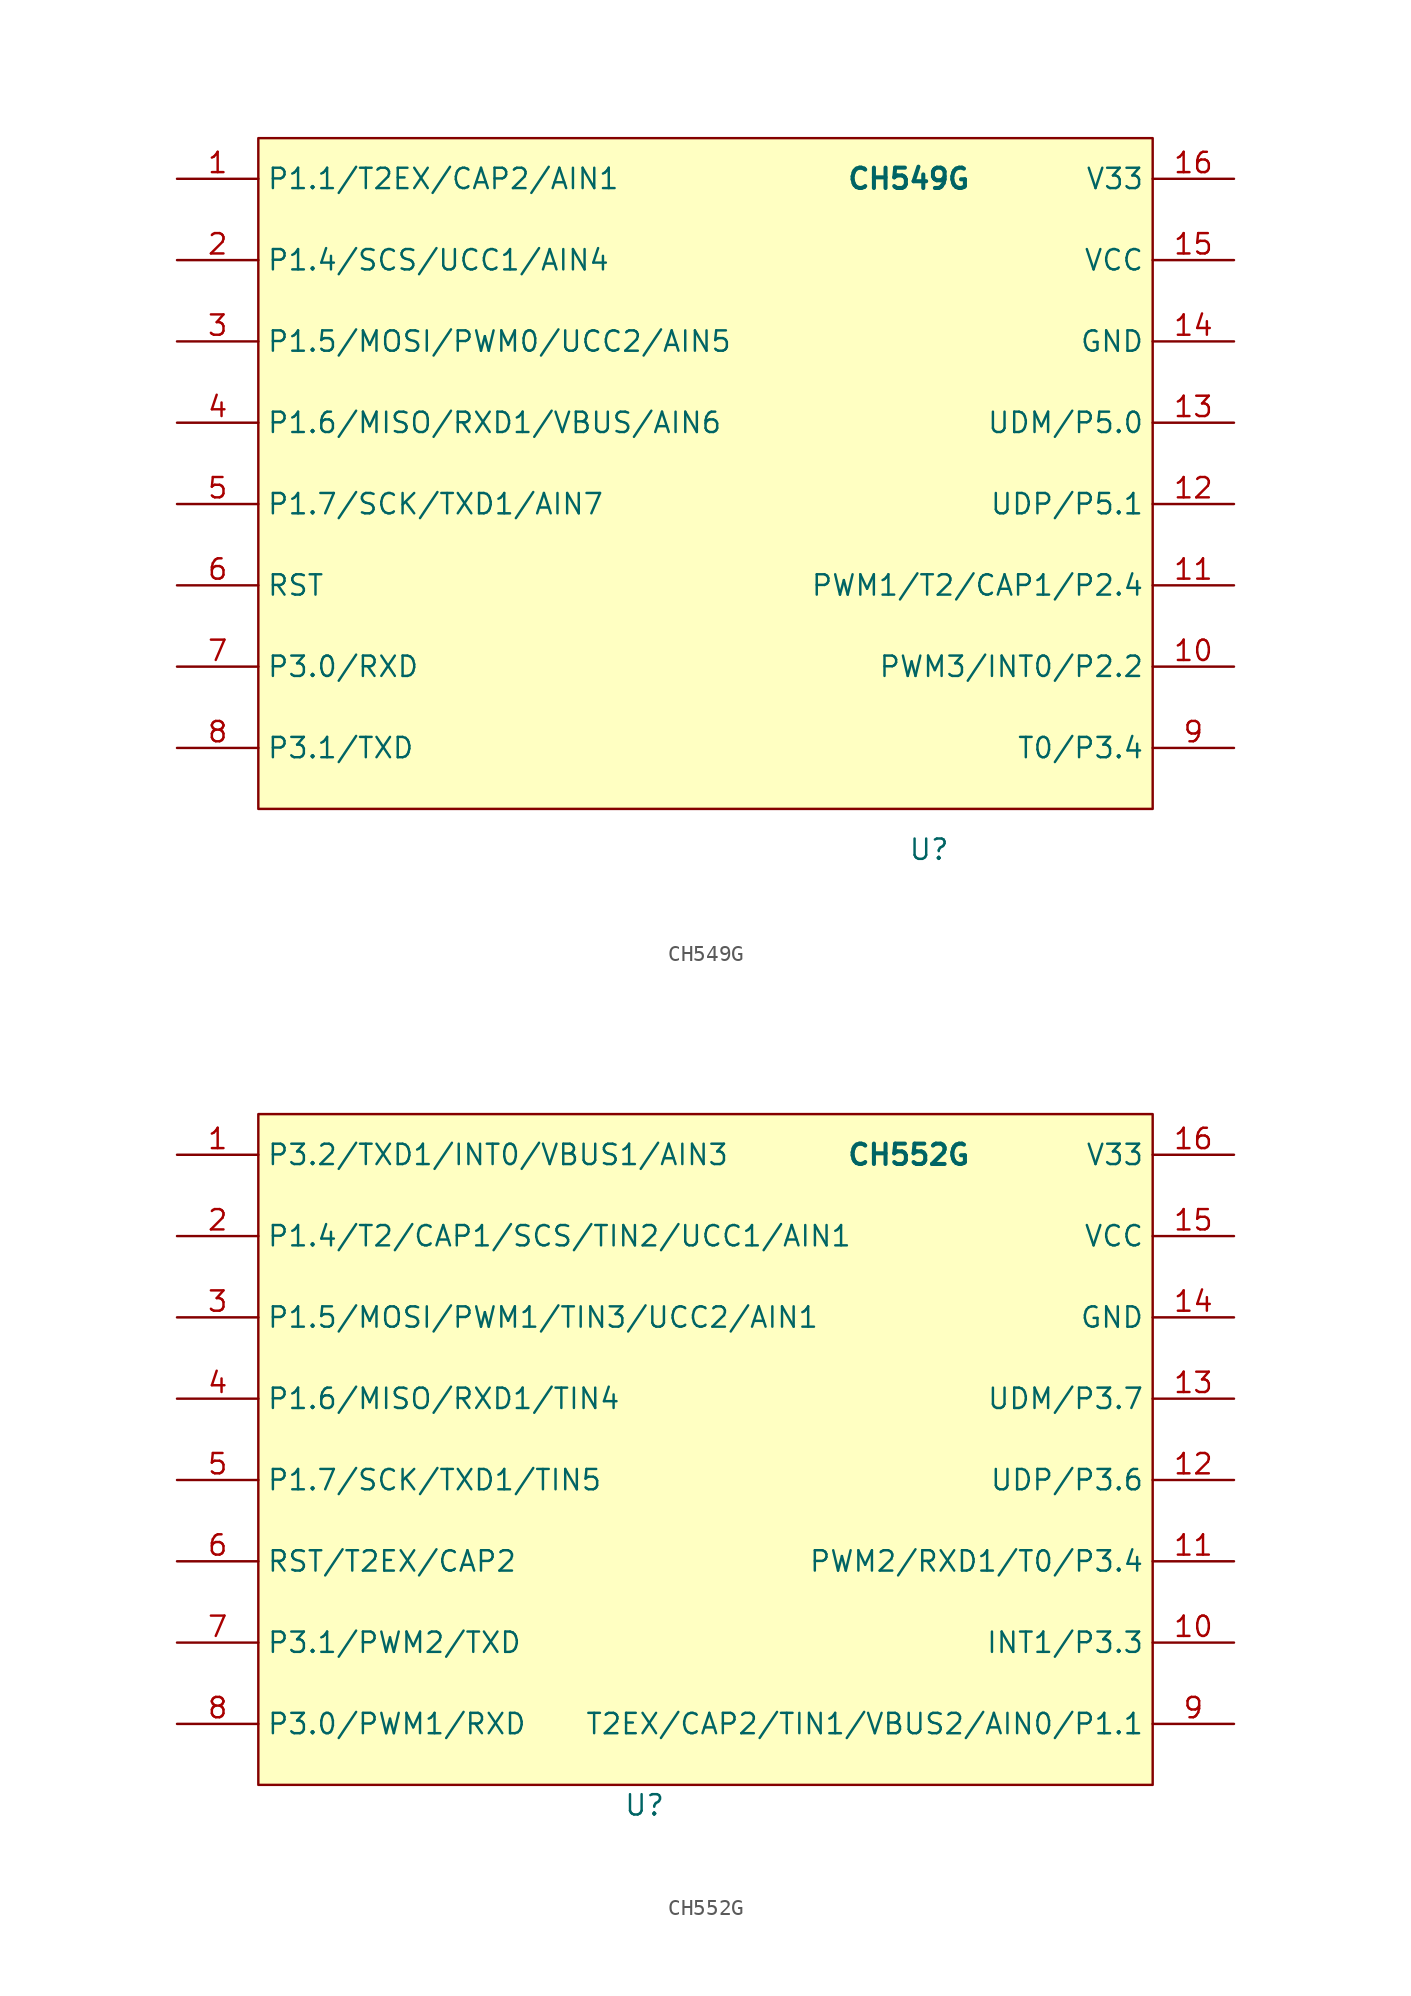
<source format=kicad_sym>
(kicad_symbol_lib
  (version 20211014)
  (generator kicad_symbol_editor)
  (symbol "CH549G"
    (property "Reference" "U"
      (at 13.97 -24.13 0)
      (effects (font (size 1.27 1.27))))
    (property "Value" "CH549G"
      (at 12.7 17.78 0)
      (effects (font (size 1.27 1.27) bold)))
    (symbol "CH549G_0_1"
      (rectangle (start -27.94 20.32) (end 27.94 -21.59) (stroke (width 0.152) (type default) (color 0 0 0 0)) (fill (type background))))
    (symbol "CH549G_1_1"
      (pin input line (at -33.02 17.78 0) (length 5.08) (name "P1.1/T2EX/CAP2/AIN1" (effects (font (size 1.27 1.27)))) (number "1" (effects (font (size 1.27 1.27)))))
      (pin input line (at 33.02 -12.7 180) (length 5.08) (name "PWM3/INT0/P2.2" (effects (font (size 1.27 1.27)))) (number "10" (effects (font (size 1.27 1.27)))))
      (pin input line (at 33.02 -7.62 180) (length 5.08) (name "PWM1/T2/CAP1/P2.4" (effects (font (size 1.27 1.27)))) (number "11" (effects (font (size 1.27 1.27)))))
      (pin input line (at 33.02 -2.54 180) (length 5.08) (name "UDP/P5.1" (effects (font (size 1.27 1.27)))) (number "12" (effects (font (size 1.27 1.27)))))
      (pin input line (at 33.02 2.54 180) (length 5.08) (name "UDM/P5.0" (effects (font (size 1.27 1.27)))) (number "13" (effects (font (size 1.27 1.27)))))
      (pin input line (at 33.02 7.62 180) (length 5.08) (name "GND" (effects (font (size 1.27 1.27)))) (number "14" (effects (font (size 1.27 1.27)))))
      (pin input line (at 33.02 12.7 180) (length 5.08) (name "VCC" (effects (font (size 1.27 1.27)))) (number "15" (effects (font (size 1.27 1.27)))))
      (pin input line (at 33.02 17.78 180) (length 5.08) (name "V33" (effects (font (size 1.27 1.27)))) (number "16" (effects (font (size 1.27 1.27)))))
      (pin input line (at -33.02 12.7 0) (length 5.08) (name "P1.4/SCS/UCC1/AIN4" (effects (font (size 1.27 1.27)))) (number "2" (effects (font (size 1.27 1.27)))))
      (pin input line (at -33.02 7.62 0) (length 5.08) (name "P1.5/MOSI/PWM0/UCC2/AIN5" (effects (font (size 1.27 1.27)))) (number "3" (effects (font (size 1.27 1.27)))))
      (pin input line (at -33.02 2.54 0) (length 5.08) (name "P1.6/MISO/RXD1/VBUS/AIN6" (effects (font (size 1.27 1.27)))) (number "4" (effects (font (size 1.27 1.27)))))
      (pin input line (at -33.02 -2.54 0) (length 5.08) (name "P1.7/SCK/TXD1/AIN7" (effects (font (size 1.27 1.27)))) (number "5" (effects (font (size 1.27 1.27)))))
      (pin input line (at -33.02 -7.62 0) (length 5.08) (name "RST" (effects (font (size 1.27 1.27)))) (number "6" (effects (font (size 1.27 1.27)))))
      (pin input line (at -33.02 -12.7 0) (length 5.08) (name "P3.0/RXD" (effects (font (size 1.27 1.27)))) (number "7" (effects (font (size 1.27 1.27)))))
      (pin input line (at -33.02 -17.78 0) (length 5.08) (name "P3.1/TXD" (effects (font (size 1.27 1.27)))) (number "8" (effects (font (size 1.27 1.27)))))
      (pin input line (at 33.02 -17.78 180) (length 5.08) (name "T0/P3.4" (effects (font (size 1.27 1.27)))) (number "9" (effects (font (size 1.27 1.27)))))))
  (symbol "CH552G"
    (property "Reference" "U"
      (at -1.27 -26.67 0)
      (effects (font (size 1.27 1.27))))
    (property "Value" "CH552G"
      (at 15.24 13.97 0)
      (effects (font (size 1.27 1.27) bold)))
    (symbol "CH552G_0_1"
      (rectangle (start -25.4 16.51) (end 30.48 -25.4) (stroke (width 0.152) (type default) (color 0 0 0 0)) (fill (type background))))
    (symbol "CH552G_1_1"
      (pin input line (at -30.48 13.97 0) (length 5.08) (name "P3.2/TXD1/INT0/VBUS1/AIN3" (effects (font (size 1.27 1.27)))) (number "1" (effects (font (size 1.27 1.27)))))
      (pin input line (at 35.56 -16.51 180) (length 5.08) (name "INT1/P3.3" (effects (font (size 1.27 1.27)))) (number "10" (effects (font (size 1.27 1.27)))))
      (pin input line (at 35.56 -11.43 180) (length 5.08) (name "PWM2/RXD1/T0/P3.4" (effects (font (size 1.27 1.27)))) (number "11" (effects (font (size 1.27 1.27)))))
      (pin input line (at 35.56 -6.35 180) (length 5.08) (name "UDP/P3.6" (effects (font (size 1.27 1.27)))) (number "12" (effects (font (size 1.27 1.27)))))
      (pin input line (at 35.56 -1.27 180) (length 5.08) (name "UDM/P3.7" (effects (font (size 1.27 1.27)))) (number "13" (effects (font (size 1.27 1.27)))))
      (pin input line (at 35.56 3.81 180) (length 5.08) (name "GND" (effects (font (size 1.27 1.27)))) (number "14" (effects (font (size 1.27 1.27)))))
      (pin input line (at 35.56 8.89 180) (length 5.08) (name "VCC" (effects (font (size 1.27 1.27)))) (number "15" (effects (font (size 1.27 1.27)))))
      (pin input line (at 35.56 13.97 180) (length 5.08) (name "V33" (effects (font (size 1.27 1.27)))) (number "16" (effects (font (size 1.27 1.27)))))
      (pin input line (at -30.48 8.89 0) (length 5.08) (name "P1.4/T2/CAP1/SCS/TIN2/UCC1/AIN1" (effects (font (size 1.27 1.27)))) (number "2" (effects (font (size 1.27 1.27)))))
      (pin input line (at -30.48 3.81 0) (length 5.08) (name "P1.5/MOSI/PWM1/TIN3/UCC2/AIN1" (effects (font (size 1.27 1.27)))) (number "3" (effects (font (size 1.27 1.27)))))
      (pin input line (at -30.48 -1.27 0) (length 5.08) (name "P1.6/MISO/RXD1/TIN4" (effects (font (size 1.27 1.27)))) (number "4" (effects (font (size 1.27 1.27)))))
      (pin input line (at -30.48 -6.35 0) (length 5.08) (name "P1.7/SCK/TXD1/TIN5" (effects (font (size 1.27 1.27)))) (number "5" (effects (font (size 1.27 1.27)))))
      (pin input line (at -30.48 -11.43 0) (length 5.08) (name "RST/T2EX/CAP2" (effects (font (size 1.27 1.27)))) (number "6" (effects (font (size 1.27 1.27)))))
      (pin input line (at -30.48 -16.51 0) (length 5.08) (name "P3.1/PWM2/TXD" (effects (font (size 1.27 1.27)))) (number "7" (effects (font (size 1.27 1.27)))))
      (pin input line (at -30.48 -21.59 0) (length 5.08) (name "P3.0/PWM1/RXD" (effects (font (size 1.27 1.27)))) (number "8" (effects (font (size 1.27 1.27)))))
      (pin input line (at 35.56 -21.59 180) (length 5.08) (name "T2EX/CAP2/TIN1/VBUS2/AIN0/P1.1" (effects (font (size 1.27 1.27)))) (number "9" (effects (font (size 1.27 1.27))))))))
</source>
